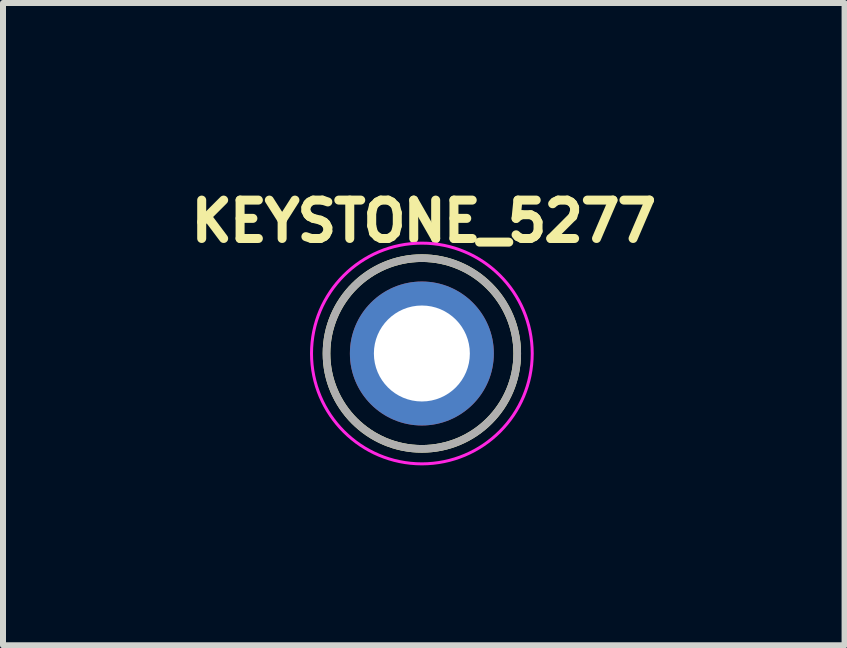
<source format=kicad_pcb>
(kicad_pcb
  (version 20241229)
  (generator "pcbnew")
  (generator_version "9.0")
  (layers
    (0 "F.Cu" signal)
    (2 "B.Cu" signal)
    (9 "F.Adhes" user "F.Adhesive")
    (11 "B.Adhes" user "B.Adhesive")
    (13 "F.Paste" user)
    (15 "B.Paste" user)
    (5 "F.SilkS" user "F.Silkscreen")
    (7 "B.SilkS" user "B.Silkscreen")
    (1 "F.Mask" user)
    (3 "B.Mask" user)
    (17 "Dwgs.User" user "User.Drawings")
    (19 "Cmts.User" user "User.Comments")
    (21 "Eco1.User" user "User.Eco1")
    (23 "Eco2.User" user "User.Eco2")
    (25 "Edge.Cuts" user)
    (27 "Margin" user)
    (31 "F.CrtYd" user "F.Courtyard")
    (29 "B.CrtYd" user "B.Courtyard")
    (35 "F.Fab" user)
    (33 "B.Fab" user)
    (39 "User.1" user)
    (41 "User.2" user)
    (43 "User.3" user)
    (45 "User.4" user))
  (footprint "KEYSTONE_5277"
    (layer "F.Cu")
    (at 3.984 2.844)
    (property "Reference" "KEYSTONE_5277" (at 0.032 -2.206 0) (layer "F.SilkS") (effects (font (size 0.64 0.64) (thickness 0.15))))
    (attr through_hole)
    (fp_circle (center 0 0) (end 1.59 0) (stroke (width 0.127) (type solid)) (fill no) (layer "F.SilkS"))
    (fp_circle (center 0 0) (end 1.84 0) (stroke (width 0.05) (type solid)) (fill no) (layer "F.CrtYd"))
    (fp_circle (center 0 0) (end 1.59 0) (stroke (width 0.127) (type solid)) (fill no) (layer "F.Fab"))
    (pad "1" thru_hole circle (at 0 0) (size 2.4 2.4) (drill 1.6) (layers "*.Cu" "*.Mask")))
  (gr_rect
    (start -3 -3)
    (end 11.032 7.709)
    (stroke (width 0.1) (type default))
    (fill no)
    (layer "Edge.Cuts")))
</source>
